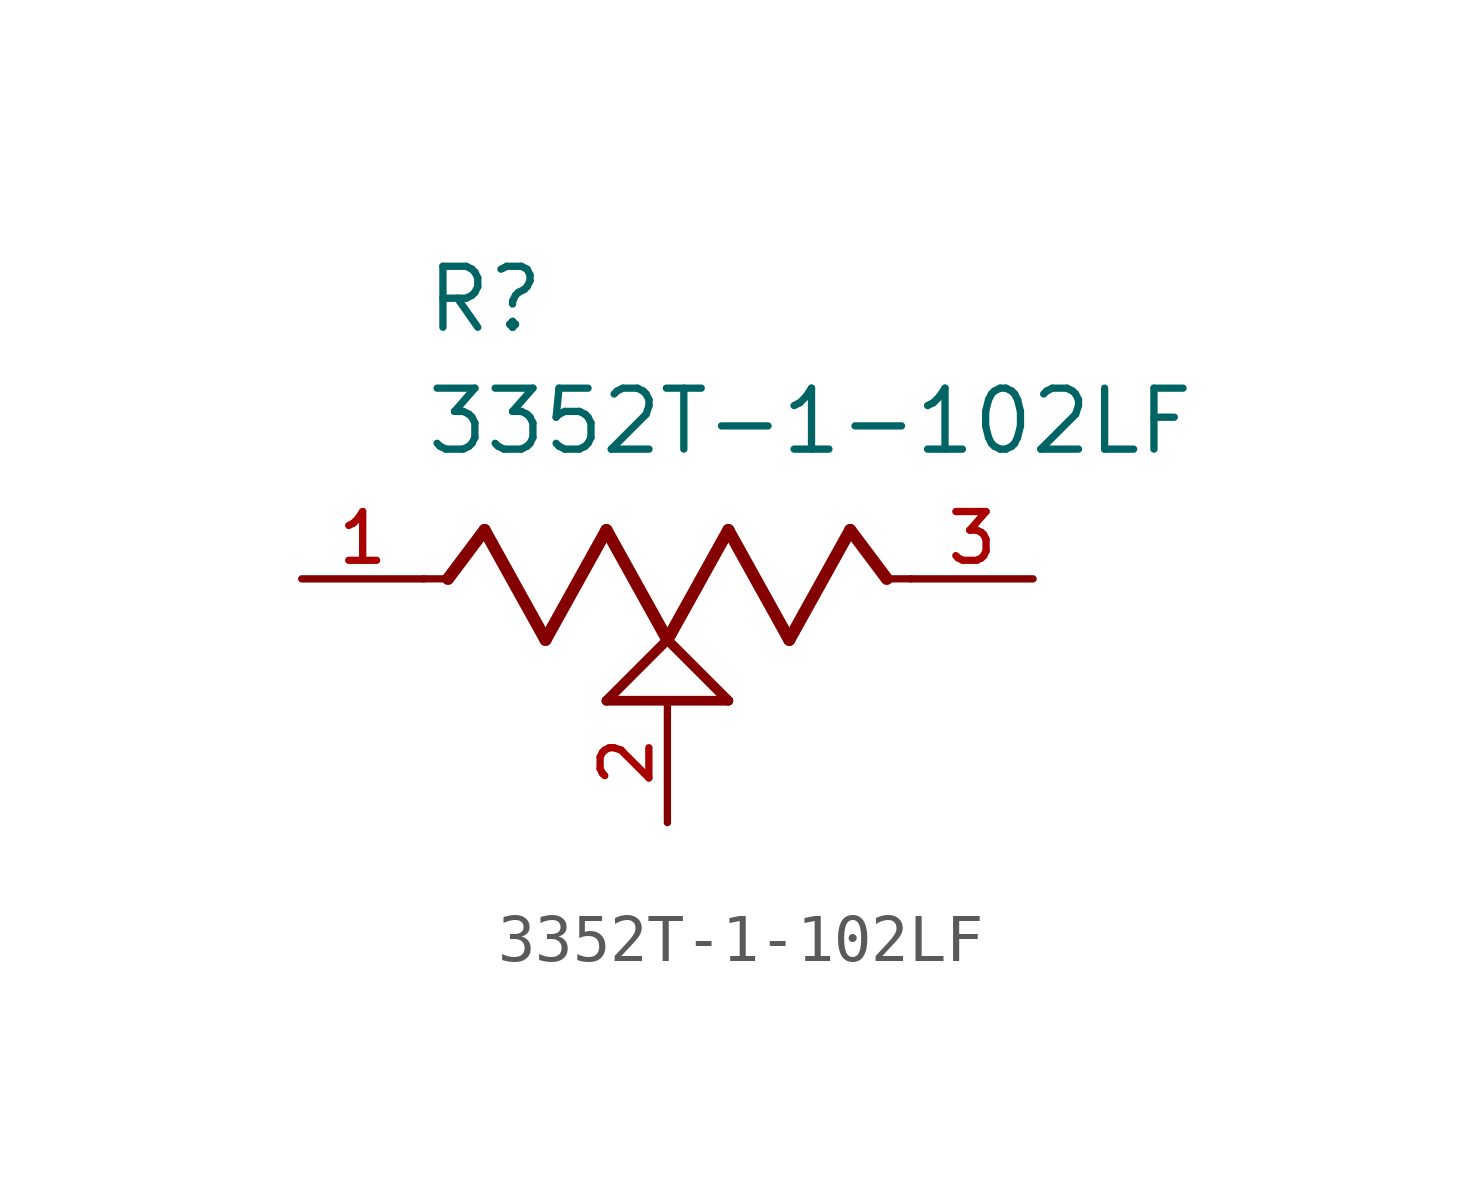
<source format=kicad_sym>
(kicad_symbol_lib
  (version 20211014)
  (generator kicad_symbol_editor)
  (symbol "3352T-1-102LF"
    (pin_names
      (offset 1.016))
    (property "Reference" "R"
      (at -5.08 5.08 0)
      (effects (font (size 1.27 1.27)) (justify bottom left)))
    (property "Value" "3352T-1-102LF"
      (at -5.08 2.54 0)
      (effects (font (size 1.27 1.27)) (justify bottom left)))
    (symbol "3352T-1-102LF_0_0"
      (polyline (pts (xy -5.08 0.0) (xy -4.572 0.0)) (stroke (width 0.152)))
      (polyline (pts (xy -4.572 0.0) (xy -3.81 1.016)) (stroke (width 0.254)))
      (polyline (pts (xy -3.81 1.016) (xy -2.54 -1.27)) (stroke (width 0.254)))
      (polyline (pts (xy -2.54 -1.27) (xy -1.27 1.016)) (stroke (width 0.254)))
      (polyline (pts (xy -1.27 1.016) (xy 0.0 -1.27)) (stroke (width 0.254)))
      (polyline (pts (xy 0.0 -1.27) (xy 1.27 1.016)) (stroke (width 0.254)))
      (polyline (pts (xy 1.27 1.016) (xy 2.54 -1.27)) (stroke (width 0.254)))
      (polyline (pts (xy 2.54 -1.27) (xy 3.81 1.016)) (stroke (width 0.254)))
      (polyline (pts (xy 3.81 1.016) (xy 4.572 0.0)) (stroke (width 0.254)))
      (polyline (pts (xy 4.572 0.0) (xy 5.08 0.0)) (stroke (width 0.152)))
      (polyline (pts (xy 0.0 -1.27) (xy 1.27 -2.54)) (stroke (width 0.203)))
      (polyline (pts (xy -1.27 -2.54) (xy 0.0 -1.27)) (stroke (width 0.203)))
      (polyline (pts (xy 1.27 -2.54) (xy -1.27 -2.54)) (stroke (width 0.203)))
      (pin passive line (at -7.62 0.0 0) (length 2.54) (name "~" (effects (font (size 1.016 1.016)))) (number "1" (effects (font (size 1.016 1.016)))))
      (pin passive line (at 7.62 0.0 180.0) (length 2.54) (name "~" (effects (font (size 1.016 1.016)))) (number "3" (effects (font (size 1.016 1.016)))))
      (pin passive line (at 0.0 -5.08 90.0) (length 2.54) (name "~" (effects (font (size 1.016 1.016)))) (number "2" (effects (font (size 1.016 1.016))))))))
</source>
